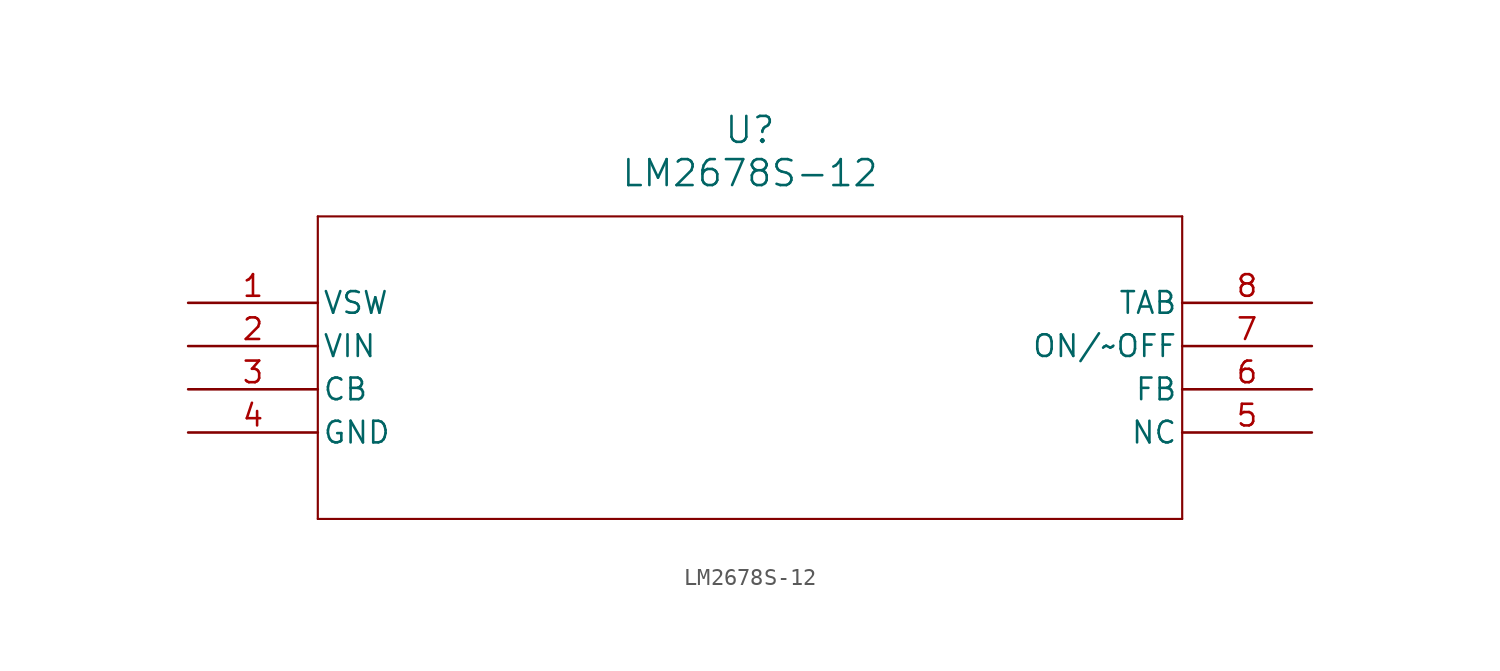
<source format=kicad_sym>
(kicad_symbol_lib
  (version 20211014)
  (generator kicad_symbol_editor)
  (symbol "LM2678S-12"
    (pin_names
      (offset 0.254))
    (property "Reference" "U"
      (at 33.02 10.16 0)
      (effects (font (size 1.524 1.524))))
    (property "Value" "LM2678S-12"
      (at 33.02 7.62 0)
      (effects (font (size 1.524 1.524))))
    (symbol "LM2678S-12_0_1"
      (polyline (pts (xy 7.62 5.08) (xy 7.62 -12.7)) (stroke (width 0.127) (type default) (color 0 0 0 0)) (fill (type none)))
      (polyline (pts (xy 7.62 -12.7) (xy 58.42 -12.7)) (stroke (width 0.127) (type default) (color 0 0 0 0)) (fill (type none)))
      (polyline (pts (xy 58.42 -12.7) (xy 58.42 5.08)) (stroke (width 0.127) (type default) (color 0 0 0 0)) (fill (type none)))
      (polyline (pts (xy 58.42 5.08) (xy 7.62 5.08)) (stroke (width 0.127) (type default) (color 0 0 0 0)) (fill (type none)))
      (pin output line (at 0 0 0) (length 7.62) (name "VSW" (effects (font (size 1.27 1.27)))) (number "1" (effects (font (size 1.27 1.27)))))
      (pin input line (at 0 -2.54 0) (length 7.62) (name "VIN" (effects (font (size 1.27 1.27)))) (number "2" (effects (font (size 1.27 1.27)))))
      (pin passive line (at 0 -5.08 0) (length 7.62) (name "CB" (effects (font (size 1.27 1.27)))) (number "3" (effects (font (size 1.27 1.27)))))
      (pin passive line (at 0 -7.62 0) (length 7.62) (name "GND" (effects (font (size 1.27 1.27)))) (number "4" (effects (font (size 1.27 1.27)))))
      (pin passive line (at 66.04 -7.62 180) (length 7.62) (name "NC" (effects (font (size 1.27 1.27)))) (number "5" (effects (font (size 1.27 1.27)))))
      (pin passive line (at 66.04 -5.08 180) (length 7.62) (name "FB" (effects (font (size 1.27 1.27)))) (number "6" (effects (font (size 1.27 1.27)))))
      (pin passive line (at 66.04 -2.54 180) (length 7.62) (name "ON/~OFF" (effects (font (size 1.27 1.27)))) (number "7" (effects (font (size 1.27 1.27)))))
      (pin unspecified line (at 66.04 0 180) (length 7.62) (name "TAB" (effects (font (size 1.27 1.27)))) (number "8" (effects (font (size 1.27 1.27))))))))
</source>
